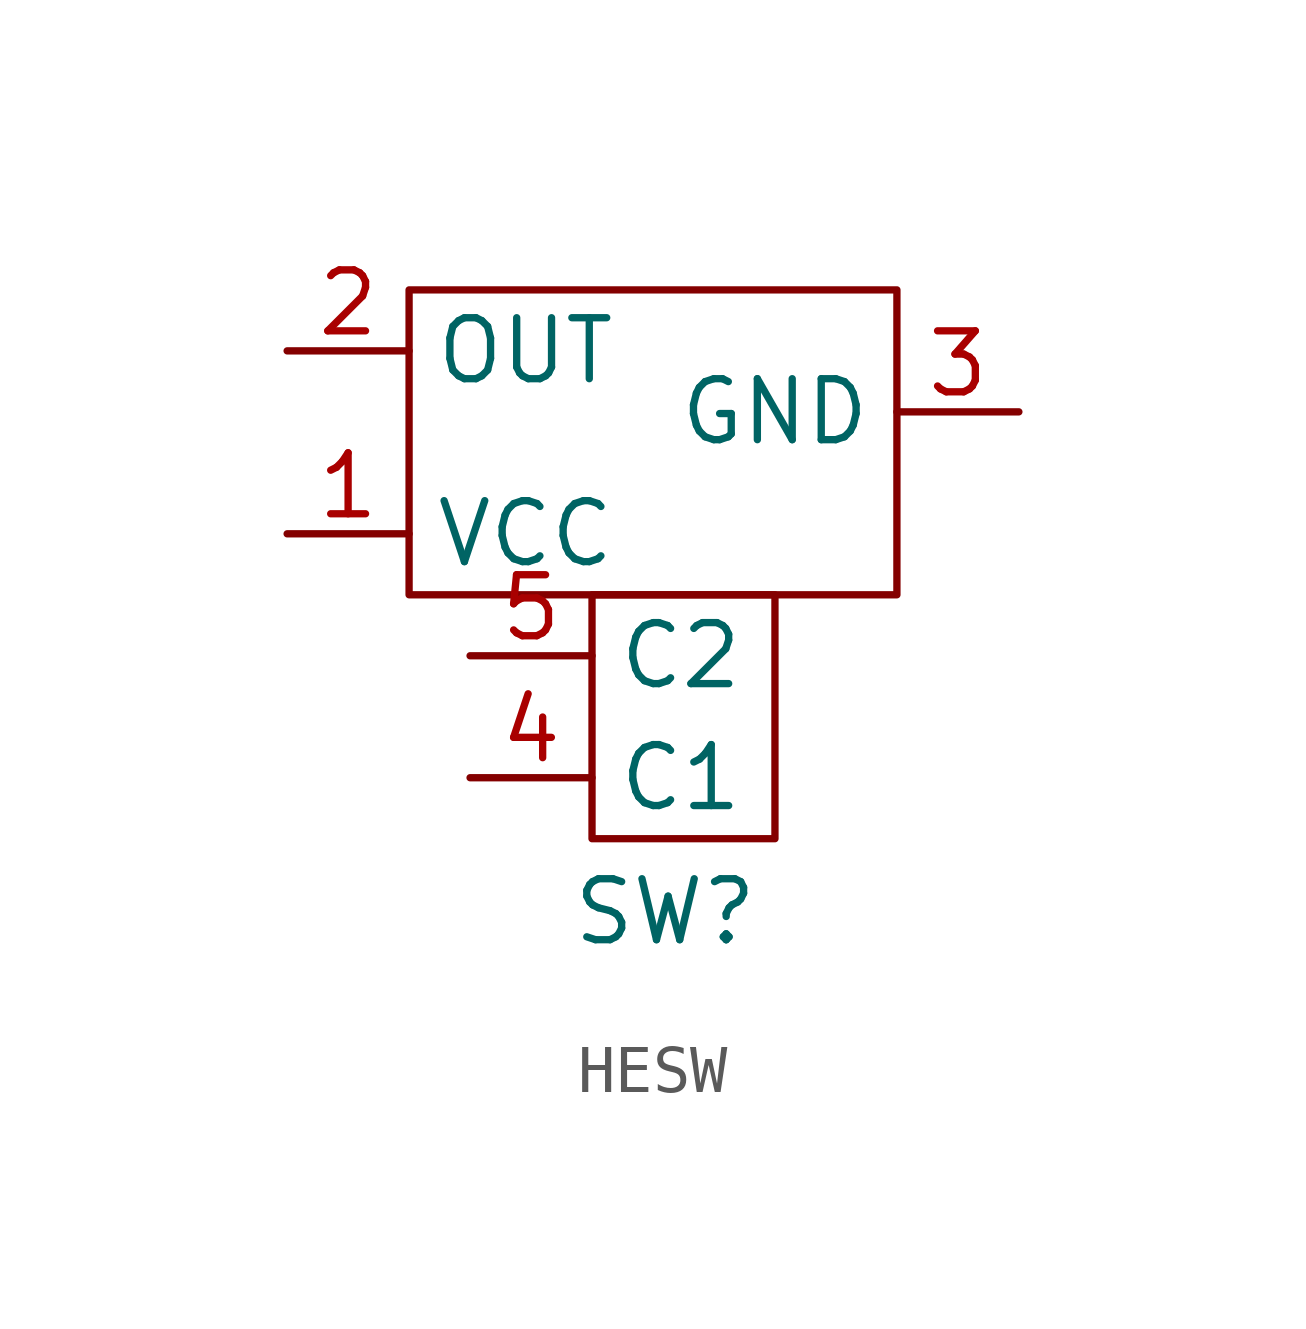
<source format=kicad_sym>
(kicad_symbol_lib
  (version 20241209)
  (generator "kicad_symbol_editor")
  (generator_version "9.0")
  (symbol "HESW"
    (property "Reference" "SW"
      (at 0.254 -2.794 0)
      (effects (font (size 1.27 1.27))))
    (property "Value" ""
      (at 0 0 0)
      (effects (font (size 1.27 1.27))))
    (symbol "HESW_0_1"
      (rectangle (start -5.08 10.16) (end 5.08 3.81) (stroke (width 0) (type default)) (fill (type none)))
      (rectangle (start -1.27 3.81) (end 2.54 -1.27) (stroke (width 0) (type default)) (fill (type none))))
    (symbol "HESW_1_1"
      (pin output line (at -7.62 8.89 0) (length 2.54) (name "OUT" (effects (font (size 1.27 1.27)))) (number "2" (effects (font (size 1.27 1.27)))))
      (pin power_in line (at -7.62 5.08 0) (length 2.54) (name "VCC" (effects (font (size 1.27 1.27)))) (number "1" (effects (font (size 1.27 1.27)))))
      (pin input line (at -3.81 2.54 0) (length 2.54) (name "C2" (effects (font (size 1.27 1.27)))) (number "5" (effects (font (size 1.27 1.27)))))
      (pin input line (at -3.81 0 0) (length 2.54) (name "C1" (effects (font (size 1.27 1.27)))) (number "4" (effects (font (size 1.27 1.27)))))
      (pin power_in line (at 7.62 7.62 180) (length 2.54) (name "GND" (effects (font (size 1.27 1.27)))) (number "3" (effects (font (size 1.27 1.27))))))))
</source>
